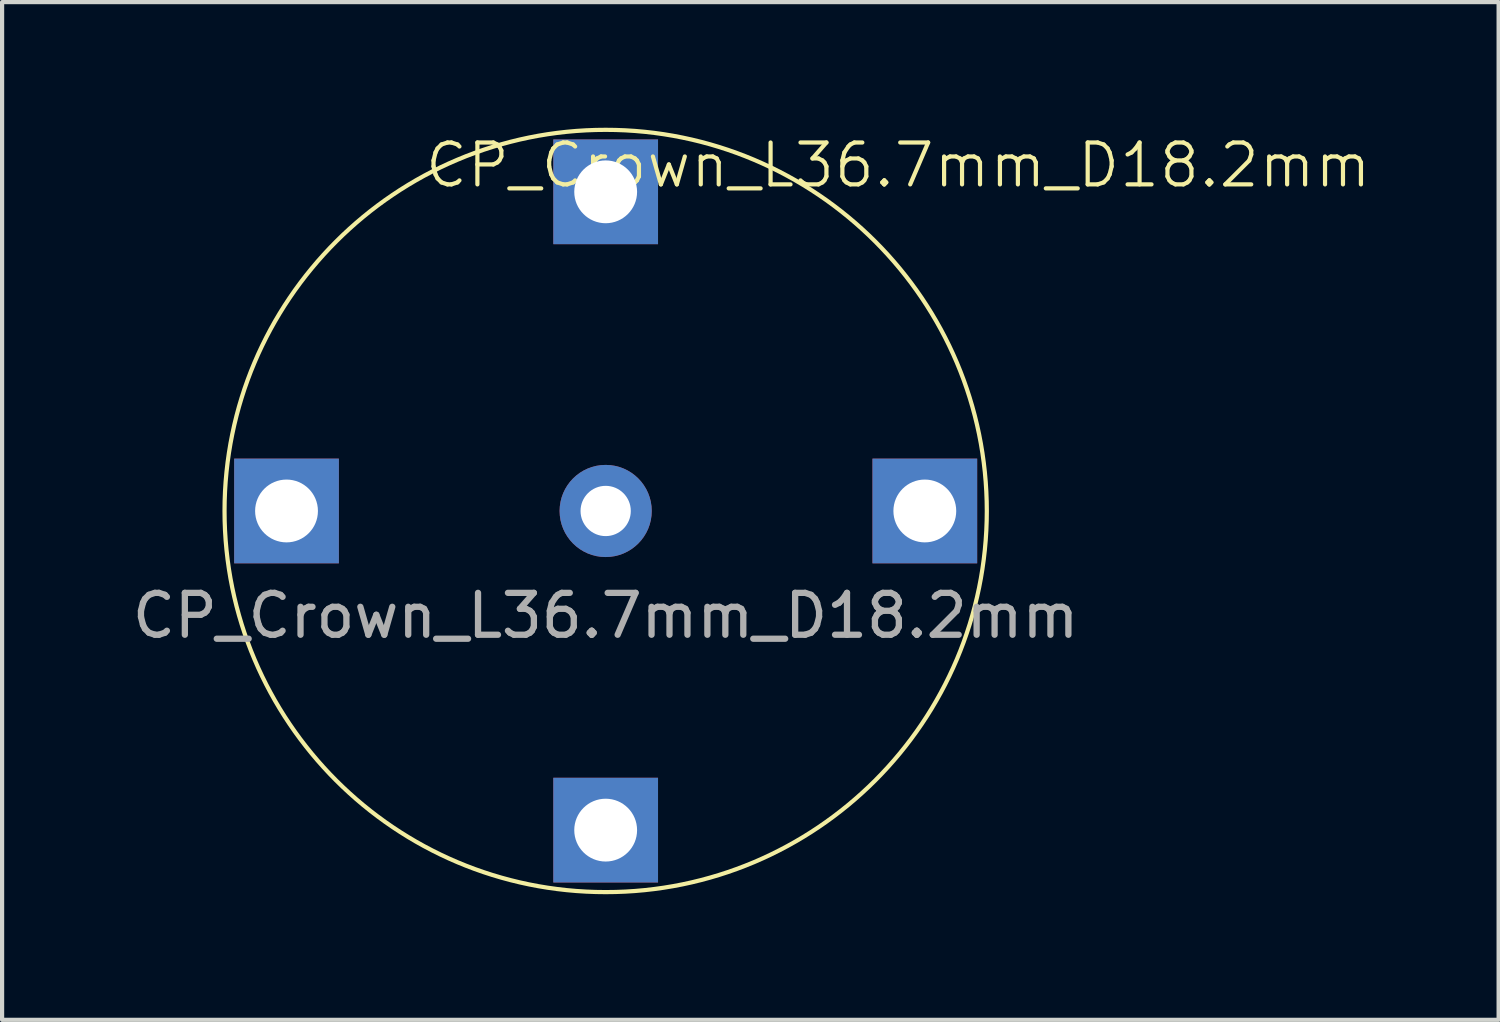
<source format=kicad_pcb>
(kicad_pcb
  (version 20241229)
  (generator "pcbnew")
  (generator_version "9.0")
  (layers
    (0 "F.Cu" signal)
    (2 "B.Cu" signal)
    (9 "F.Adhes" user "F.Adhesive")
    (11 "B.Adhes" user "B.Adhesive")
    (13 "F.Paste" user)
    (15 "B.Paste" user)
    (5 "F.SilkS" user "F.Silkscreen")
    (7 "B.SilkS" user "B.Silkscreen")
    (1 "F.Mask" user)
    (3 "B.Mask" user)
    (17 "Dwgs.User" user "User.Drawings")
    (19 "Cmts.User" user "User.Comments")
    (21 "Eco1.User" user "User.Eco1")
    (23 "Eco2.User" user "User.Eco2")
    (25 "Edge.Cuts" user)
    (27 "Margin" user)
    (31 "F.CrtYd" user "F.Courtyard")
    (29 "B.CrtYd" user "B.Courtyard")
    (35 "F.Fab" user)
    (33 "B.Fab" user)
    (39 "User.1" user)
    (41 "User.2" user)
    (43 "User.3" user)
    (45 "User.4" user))
  (footprint "CP_Crown_L36.7mm_D18.2mm"
    (layer "F.Cu")
    (at 11.411 9.15)
    (property "Reference" "CP_Crown_L36.7mm_D18.2mm" (at 6.985 -8.255 0) (unlocked yes) (layer "F.SilkS") (effects (font (size 1 1) (thickness 0.1))))
    (attr through_hole)
    (fp_circle (center 0 0) (end 9.1 0) (stroke (width 0.1) (type default)) (fill no) (layer "F.SilkS"))
    (fp_text user "${REFERENCE}" (at 0 2.5 0) (unlocked yes) (layer "F.Fab") (effects (font (size 1 1) (thickness 0.15))))
    (pad "1" thru_hole circle (at 0 0) (size 2.2 2.2) (drill 1.2) (layers "*.Cu" "*.Mask"))
    (pad "2" thru_hole rect (at -7.62 0) (size 2.5 2.5) (drill 1.5) (layers "*.Cu" "*.Mask"))
    (pad "2" thru_hole rect (at 0 -7.62) (size 2.5 2.5) (drill 1.5) (layers "*.Cu" "*.Mask"))
    (pad "2" thru_hole rect (at 0 7.62) (size 2.5 2.5) (drill 1.5) (layers "*.Cu" "*.Mask"))
    (pad "2" thru_hole rect (at 7.62 0) (size 2.5 2.5) (drill 1.5) (layers "*.Cu" "*.Mask")))
  (gr_rect
    (start -3 -3)
    (end 32.731 21.3)
    (stroke (width 0.1) (type default))
    (fill no)
    (layer "Edge.Cuts")))
</source>
